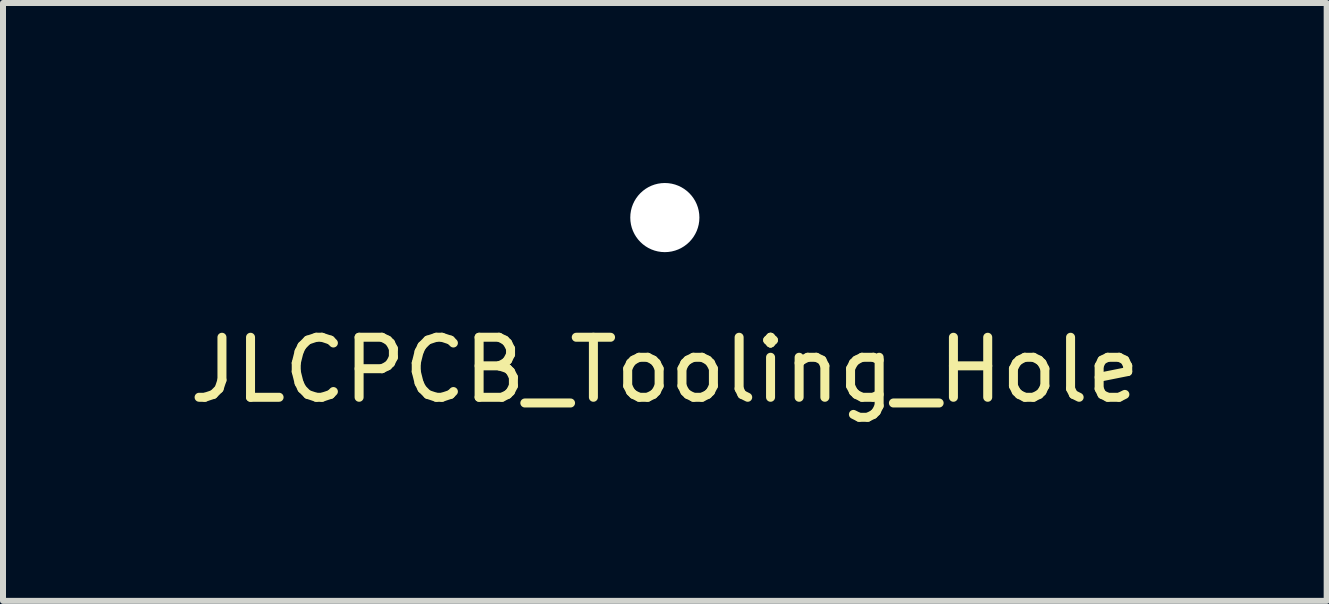
<source format=kicad_pcb>
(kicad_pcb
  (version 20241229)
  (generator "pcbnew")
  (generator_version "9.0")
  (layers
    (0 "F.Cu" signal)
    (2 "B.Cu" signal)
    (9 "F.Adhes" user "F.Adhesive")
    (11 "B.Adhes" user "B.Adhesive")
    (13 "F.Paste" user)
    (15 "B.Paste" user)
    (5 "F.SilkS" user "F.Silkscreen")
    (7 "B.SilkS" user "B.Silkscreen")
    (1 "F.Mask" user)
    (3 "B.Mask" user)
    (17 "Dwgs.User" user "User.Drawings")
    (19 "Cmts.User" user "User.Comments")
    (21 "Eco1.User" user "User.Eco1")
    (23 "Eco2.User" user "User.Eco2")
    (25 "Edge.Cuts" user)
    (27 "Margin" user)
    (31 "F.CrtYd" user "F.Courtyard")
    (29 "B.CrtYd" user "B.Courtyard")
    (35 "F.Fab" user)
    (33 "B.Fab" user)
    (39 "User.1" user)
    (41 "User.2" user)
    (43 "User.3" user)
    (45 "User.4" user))
  (footprint "JLCPCB_Tooling_Hole"
    (layer "F.Cu")
    (at 8.03 0.576)
    (property "Reference" "JLCPCB_Tooling_Hole" (at 0 2.54 0) (layer "F.SilkS") (effects (font (size 1 1) (thickness 0.15))))
    (attr through_hole)
    (pad "" np_thru_hole circle (at 0 0) (size 1.152 1.152) (drill 1.152) (layers "*.Cu" "*.Mask")))
  (gr_rect
    (start -3 -3)
    (end 19.06 6.964)
    (stroke (width 0.1) (type default))
    (fill no)
    (layer "Edge.Cuts")))
</source>
